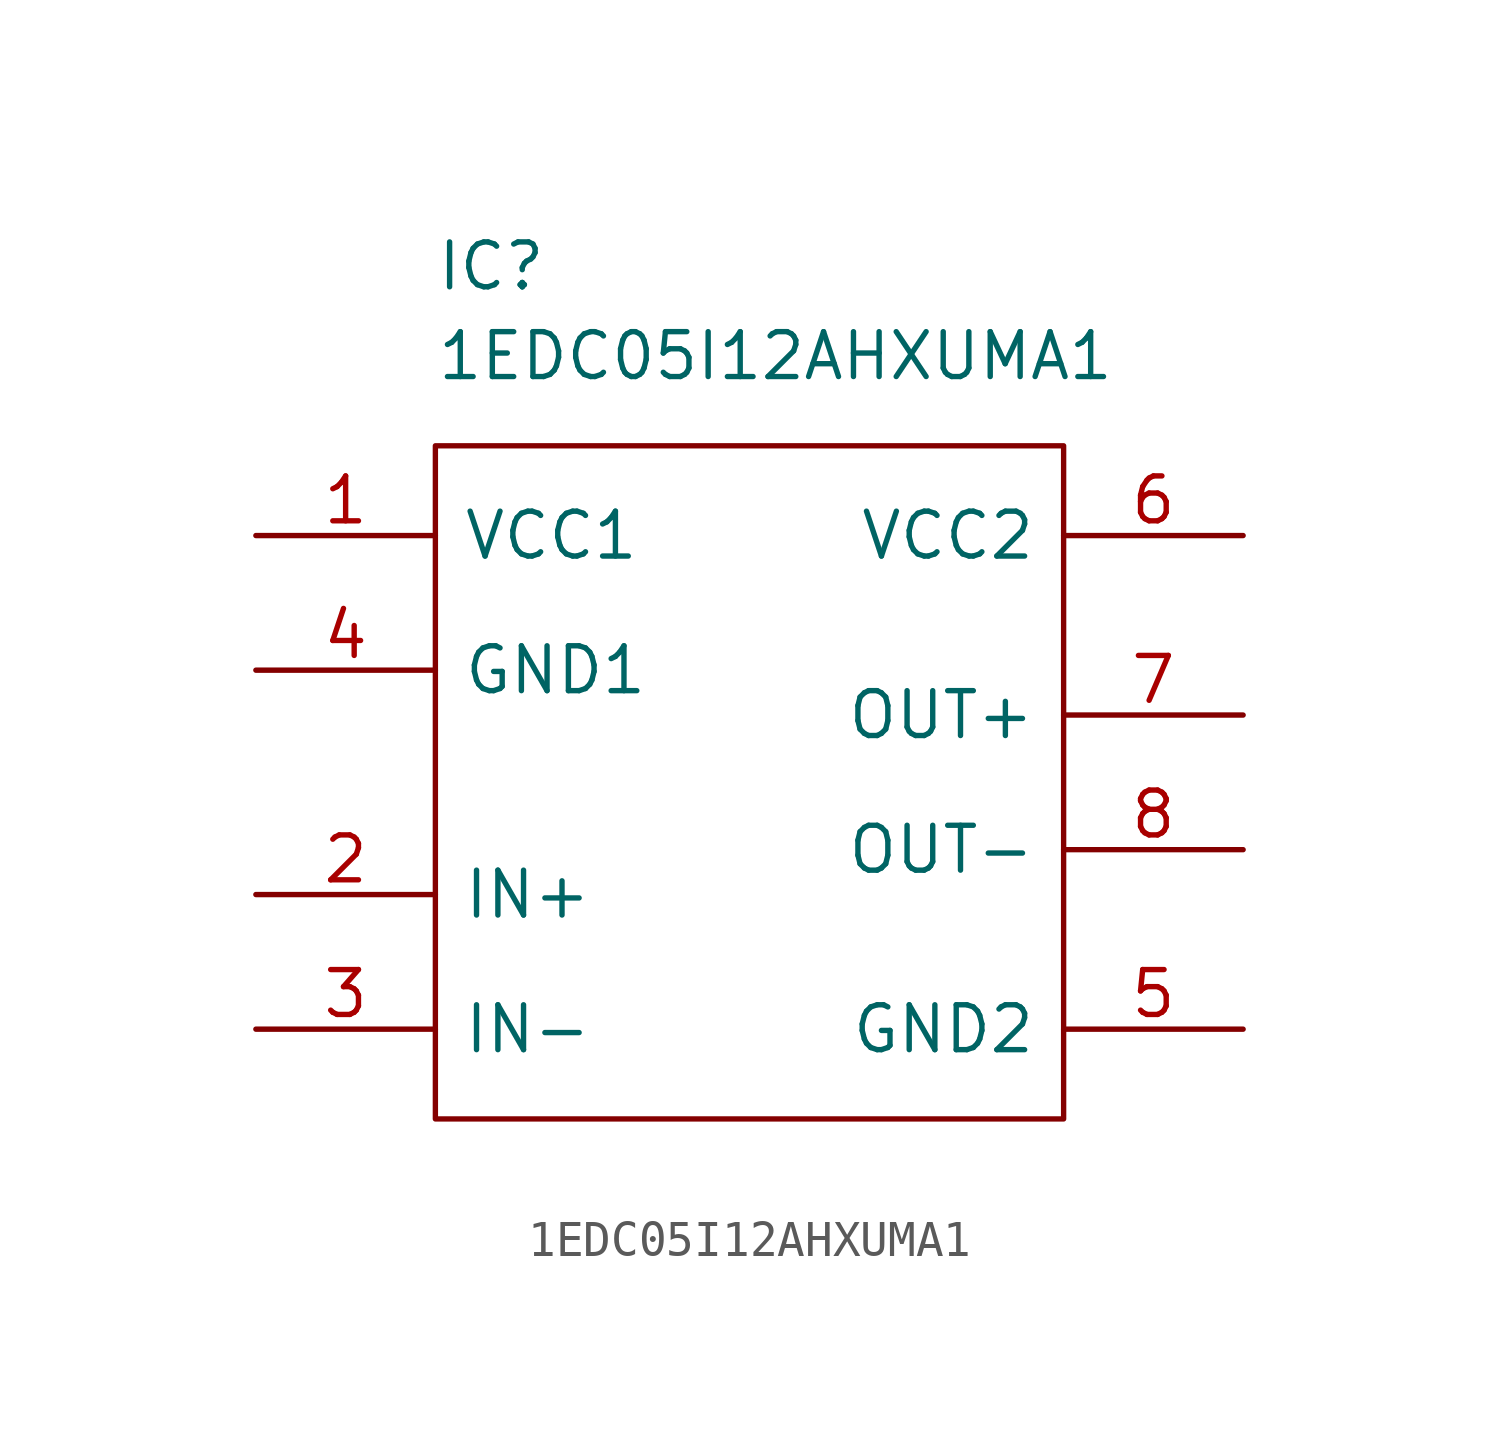
<source format=kicad_sym>
(kicad_symbol_lib
  (version 20211014)
  (generator kicad_symbol_editor)
  (symbol "1EDC05I12AHXUMA1"
    (pin_names
      (offset 0.762))
    (property "Reference" "IC"
      (at 5.08 8.89 0)
      (effects (font (size 1.27 1.27)) (justify left)))
    (property "Value" "1EDC05I12AHXUMA1"
      (at 5.08 6.35 0)
      (effects (font (size 1.27 1.27)) (justify left)))
    (symbol "1EDC05I12AHXUMA1_0_0"
      (pin power_in line (at 0 1.27 0) (length 5.08) (name "VCC1" (effects (font (size 1.27 1.27)))) (number "1" (effects (font (size 1.27 1.27)))))
      (pin input line (at 0 -8.89 0) (length 5.08) (name "IN+" (effects (font (size 1.27 1.27)))) (number "2" (effects (font (size 1.27 1.27)))))
      (pin input line (at 0 -12.7 0) (length 5.08) (name "IN-" (effects (font (size 1.27 1.27)))) (number "3" (effects (font (size 1.27 1.27)))))
      (pin power_in line (at 0 -2.54 0) (length 5.08) (name "GND1" (effects (font (size 1.27 1.27)))) (number "4" (effects (font (size 1.27 1.27)))))
      (pin power_in line (at 27.94 -12.7 180) (length 5.08) (name "GND2" (effects (font (size 1.27 1.27)))) (number "5" (effects (font (size 1.27 1.27)))))
      (pin power_in line (at 27.94 1.27 180) (length 5.08) (name "VCC2" (effects (font (size 1.27 1.27)))) (number "6" (effects (font (size 1.27 1.27)))))
      (pin output line (at 27.94 -3.81 180) (length 5.08) (name "OUT+" (effects (font (size 1.27 1.27)))) (number "7" (effects (font (size 1.27 1.27)))))
      (pin output line (at 27.94 -7.62 180) (length 5.08) (name "OUT-" (effects (font (size 1.27 1.27)))) (number "8" (effects (font (size 1.27 1.27))))))
    (symbol "1EDC05I12AHXUMA1_0_1"
      (polyline (pts (xy 5.08 3.81) (xy 22.86 3.81) (xy 22.86 -15.24) (xy 5.08 -15.24) (xy 5.08 3.81)) (stroke (width 0.152) (type default) (color 0 0 0 0)) (fill (type none))))))
</source>
